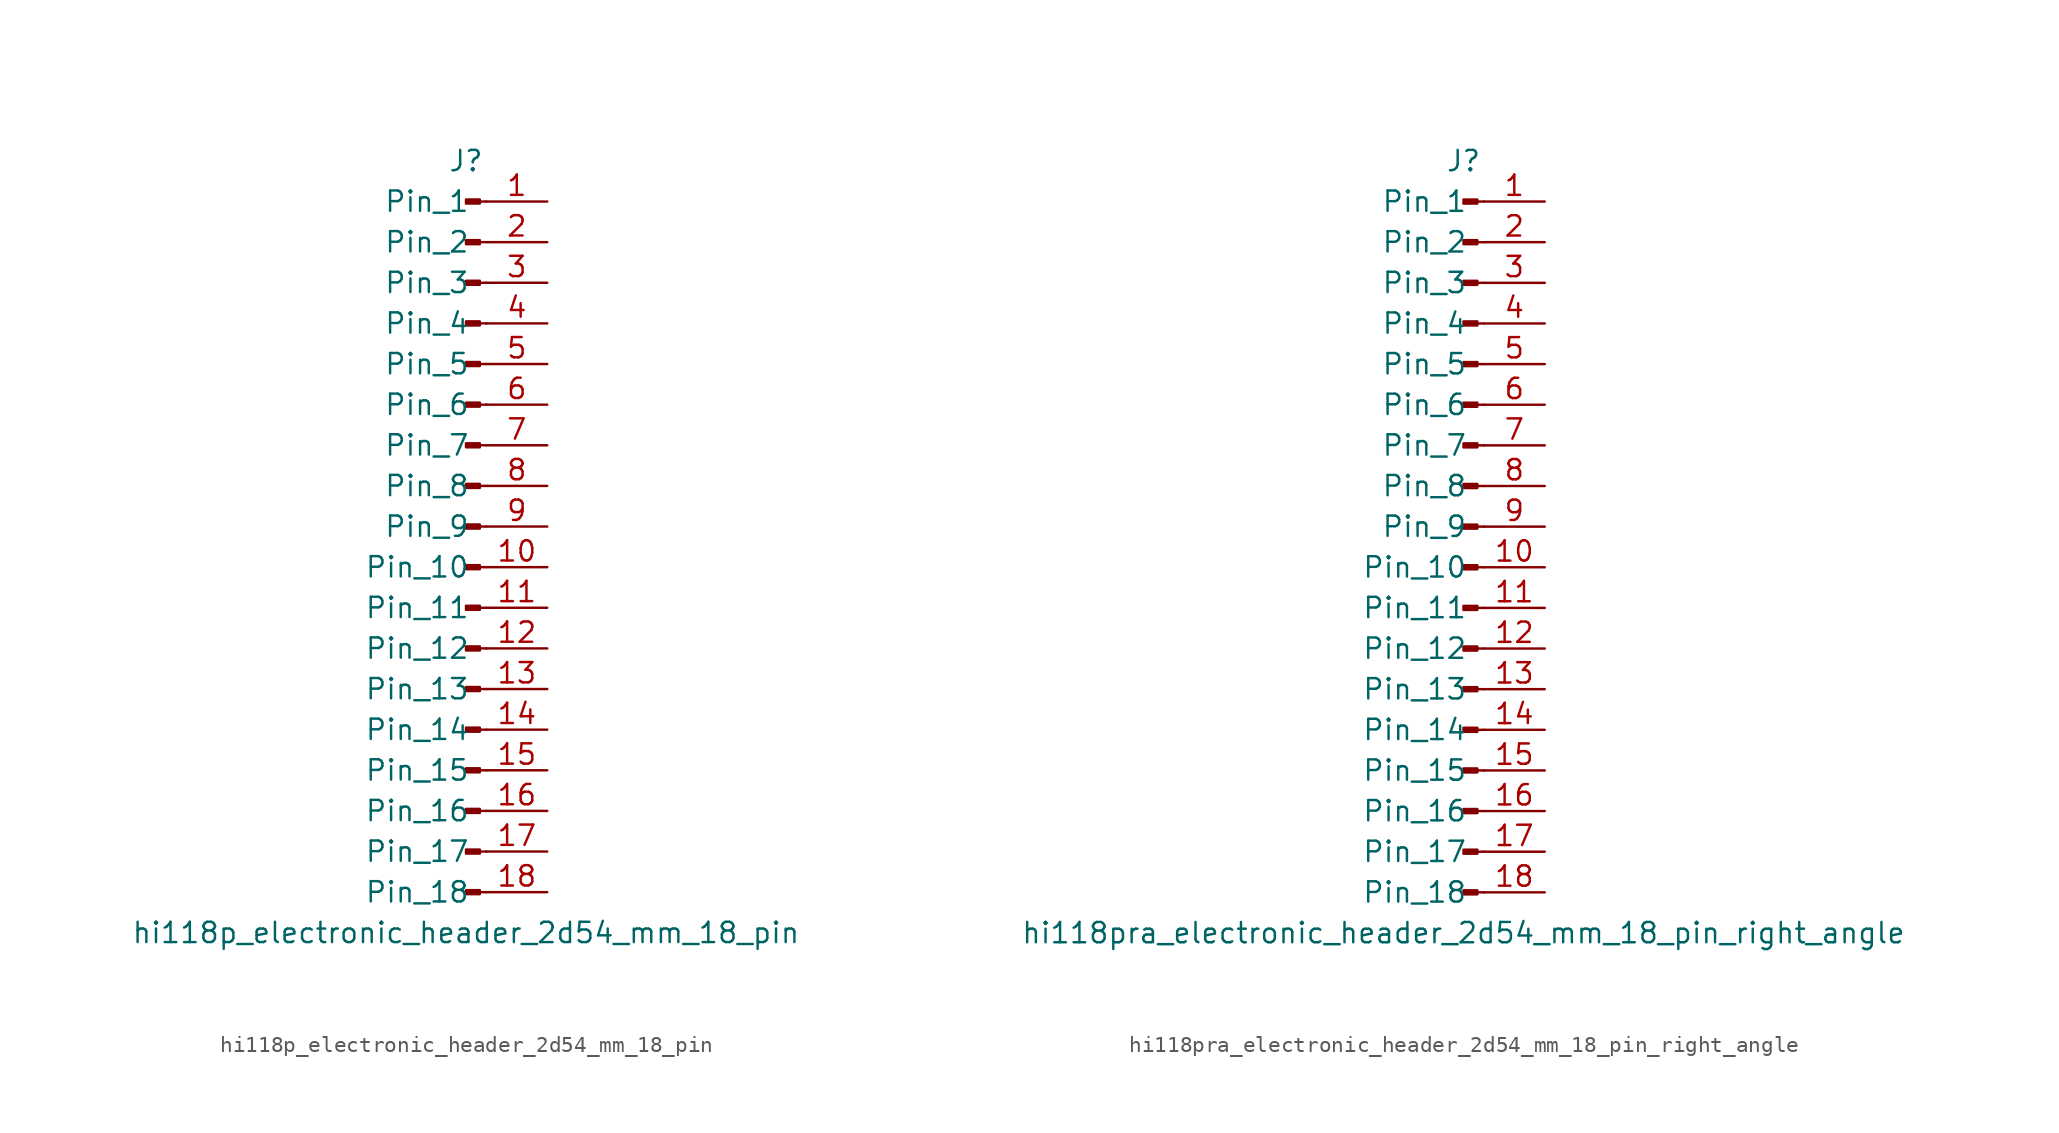
<source format=kicad_sym>
(kicad_symbol_lib
  (version 20220914)
  (generator kicad_symbol_editor)
  (symbol "hi118p_electronic_header_2d54_mm_18_pin"
    (pin_names
      (offset 1.016))
    (property "Reference" "J"
      (at 0 22.86 0)
      (effects (font (size 1.27 1.27))))
    (property "Value" "hi118p_electronic_header_2d54_mm_18_pin"
      (at 0 -25.4 0)
      (effects (font (size 1.27 1.27))))
    (property "ki_locked" ""
      (at 0 0 0)
      (effects (font (size 1.27 1.27))))
    (symbol "hi118p_electronic_header_2d54_mm_18_pin_1_1"
      (polyline (pts (xy 1.27 -22.86) (xy 0.864 -22.86)) (stroke (width 0.152) (type default)) (fill (type none)))
      (polyline (pts (xy 1.27 -20.32) (xy 0.864 -20.32)) (stroke (width 0.152) (type default)) (fill (type none)))
      (polyline (pts (xy 1.27 -17.78) (xy 0.864 -17.78)) (stroke (width 0.152) (type default)) (fill (type none)))
      (polyline (pts (xy 1.27 -15.24) (xy 0.864 -15.24)) (stroke (width 0.152) (type default)) (fill (type none)))
      (polyline (pts (xy 1.27 -12.7) (xy 0.864 -12.7)) (stroke (width 0.152) (type default)) (fill (type none)))
      (polyline (pts (xy 1.27 -10.16) (xy 0.864 -10.16)) (stroke (width 0.152) (type default)) (fill (type none)))
      (polyline (pts (xy 1.27 -7.62) (xy 0.864 -7.62)) (stroke (width 0.152) (type default)) (fill (type none)))
      (polyline (pts (xy 1.27 -5.08) (xy 0.864 -5.08)) (stroke (width 0.152) (type default)) (fill (type none)))
      (polyline (pts (xy 1.27 -2.54) (xy 0.864 -2.54)) (stroke (width 0.152) (type default)) (fill (type none)))
      (polyline (pts (xy 1.27 0) (xy 0.864 0)) (stroke (width 0.152) (type default)) (fill (type none)))
      (polyline (pts (xy 1.27 2.54) (xy 0.864 2.54)) (stroke (width 0.152) (type default)) (fill (type none)))
      (polyline (pts (xy 1.27 5.08) (xy 0.864 5.08)) (stroke (width 0.152) (type default)) (fill (type none)))
      (polyline (pts (xy 1.27 7.62) (xy 0.864 7.62)) (stroke (width 0.152) (type default)) (fill (type none)))
      (polyline (pts (xy 1.27 10.16) (xy 0.864 10.16)) (stroke (width 0.152) (type default)) (fill (type none)))
      (polyline (pts (xy 1.27 12.7) (xy 0.864 12.7)) (stroke (width 0.152) (type default)) (fill (type none)))
      (polyline (pts (xy 1.27 15.24) (xy 0.864 15.24)) (stroke (width 0.152) (type default)) (fill (type none)))
      (polyline (pts (xy 1.27 17.78) (xy 0.864 17.78)) (stroke (width 0.152) (type default)) (fill (type none)))
      (polyline (pts (xy 1.27 20.32) (xy 0.864 20.32)) (stroke (width 0.152) (type default)) (fill (type none)))
      (rectangle (start 0.864 -22.733) (end 0 -22.987) (stroke (width 0.152) (type default)) (fill (type outline)))
      (rectangle (start 0.864 -20.193) (end 0 -20.447) (stroke (width 0.152) (type default)) (fill (type outline)))
      (rectangle (start 0.864 -17.653) (end 0 -17.907) (stroke (width 0.152) (type default)) (fill (type outline)))
      (rectangle (start 0.864 -15.113) (end 0 -15.367) (stroke (width 0.152) (type default)) (fill (type outline)))
      (rectangle (start 0.864 -12.573) (end 0 -12.827) (stroke (width 0.152) (type default)) (fill (type outline)))
      (rectangle (start 0.864 -10.033) (end 0 -10.287) (stroke (width 0.152) (type default)) (fill (type outline)))
      (rectangle (start 0.864 -7.493) (end 0 -7.747) (stroke (width 0.152) (type default)) (fill (type outline)))
      (rectangle (start 0.864 -4.953) (end 0 -5.207) (stroke (width 0.152) (type default)) (fill (type outline)))
      (rectangle (start 0.864 -2.413) (end 0 -2.667) (stroke (width 0.152) (type default)) (fill (type outline)))
      (rectangle (start 0.864 0.127) (end 0 -0.127) (stroke (width 0.152) (type default)) (fill (type outline)))
      (rectangle (start 0.864 2.667) (end 0 2.413) (stroke (width 0.152) (type default)) (fill (type outline)))
      (rectangle (start 0.864 5.207) (end 0 4.953) (stroke (width 0.152) (type default)) (fill (type outline)))
      (rectangle (start 0.864 7.747) (end 0 7.493) (stroke (width 0.152) (type default)) (fill (type outline)))
      (rectangle (start 0.864 10.287) (end 0 10.033) (stroke (width 0.152) (type default)) (fill (type outline)))
      (rectangle (start 0.864 12.827) (end 0 12.573) (stroke (width 0.152) (type default)) (fill (type outline)))
      (rectangle (start 0.864 15.367) (end 0 15.113) (stroke (width 0.152) (type default)) (fill (type outline)))
      (rectangle (start 0.864 17.907) (end 0 17.653) (stroke (width 0.152) (type default)) (fill (type outline)))
      (rectangle (start 0.864 20.447) (end 0 20.193) (stroke (width 0.152) (type default)) (fill (type outline)))
      (pin passive line (at 5.08 20.32 180) (length 3.81) (name "Pin_1" (effects (font (size 1.27 1.27)))) (number "1" (effects (font (size 1.27 1.27)))))
      (pin passive line (at 5.08 -2.54 180) (length 3.81) (name "Pin_10" (effects (font (size 1.27 1.27)))) (number "10" (effects (font (size 1.27 1.27)))))
      (pin passive line (at 5.08 -5.08 180) (length 3.81) (name "Pin_11" (effects (font (size 1.27 1.27)))) (number "11" (effects (font (size 1.27 1.27)))))
      (pin passive line (at 5.08 -7.62 180) (length 3.81) (name "Pin_12" (effects (font (size 1.27 1.27)))) (number "12" (effects (font (size 1.27 1.27)))))
      (pin passive line (at 5.08 -10.16 180) (length 3.81) (name "Pin_13" (effects (font (size 1.27 1.27)))) (number "13" (effects (font (size 1.27 1.27)))))
      (pin passive line (at 5.08 -12.7 180) (length 3.81) (name "Pin_14" (effects (font (size 1.27 1.27)))) (number "14" (effects (font (size 1.27 1.27)))))
      (pin passive line (at 5.08 -15.24 180) (length 3.81) (name "Pin_15" (effects (font (size 1.27 1.27)))) (number "15" (effects (font (size 1.27 1.27)))))
      (pin passive line (at 5.08 -17.78 180) (length 3.81) (name "Pin_16" (effects (font (size 1.27 1.27)))) (number "16" (effects (font (size 1.27 1.27)))))
      (pin passive line (at 5.08 -20.32 180) (length 3.81) (name "Pin_17" (effects (font (size 1.27 1.27)))) (number "17" (effects (font (size 1.27 1.27)))))
      (pin passive line (at 5.08 -22.86 180) (length 3.81) (name "Pin_18" (effects (font (size 1.27 1.27)))) (number "18" (effects (font (size 1.27 1.27)))))
      (pin passive line (at 5.08 17.78 180) (length 3.81) (name "Pin_2" (effects (font (size 1.27 1.27)))) (number "2" (effects (font (size 1.27 1.27)))))
      (pin passive line (at 5.08 15.24 180) (length 3.81) (name "Pin_3" (effects (font (size 1.27 1.27)))) (number "3" (effects (font (size 1.27 1.27)))))
      (pin passive line (at 5.08 12.7 180) (length 3.81) (name "Pin_4" (effects (font (size 1.27 1.27)))) (number "4" (effects (font (size 1.27 1.27)))))
      (pin passive line (at 5.08 10.16 180) (length 3.81) (name "Pin_5" (effects (font (size 1.27 1.27)))) (number "5" (effects (font (size 1.27 1.27)))))
      (pin passive line (at 5.08 7.62 180) (length 3.81) (name "Pin_6" (effects (font (size 1.27 1.27)))) (number "6" (effects (font (size 1.27 1.27)))))
      (pin passive line (at 5.08 5.08 180) (length 3.81) (name "Pin_7" (effects (font (size 1.27 1.27)))) (number "7" (effects (font (size 1.27 1.27)))))
      (pin passive line (at 5.08 2.54 180) (length 3.81) (name "Pin_8" (effects (font (size 1.27 1.27)))) (number "8" (effects (font (size 1.27 1.27)))))
      (pin passive line (at 5.08 0 180) (length 3.81) (name "Pin_9" (effects (font (size 1.27 1.27)))) (number "9" (effects (font (size 1.27 1.27)))))))
  (symbol "hi118pra_electronic_header_2d54_mm_18_pin_right_angle"
    (pin_names
      (offset 1.016))
    (property "Reference" "J"
      (at 0 22.86 0)
      (effects (font (size 1.27 1.27))))
    (property "Value" "hi118pra_electronic_header_2d54_mm_18_pin_right_angle"
      (at 0 -25.4 0)
      (effects (font (size 1.27 1.27))))
    (property "ki_locked" ""
      (at 0 0 0)
      (effects (font (size 1.27 1.27))))
    (symbol "hi118pra_electronic_header_2d54_mm_18_pin_right_angle_1_1"
      (polyline (pts (xy 1.27 -22.86) (xy 0.864 -22.86)) (stroke (width 0.152) (type default)) (fill (type none)))
      (polyline (pts (xy 1.27 -20.32) (xy 0.864 -20.32)) (stroke (width 0.152) (type default)) (fill (type none)))
      (polyline (pts (xy 1.27 -17.78) (xy 0.864 -17.78)) (stroke (width 0.152) (type default)) (fill (type none)))
      (polyline (pts (xy 1.27 -15.24) (xy 0.864 -15.24)) (stroke (width 0.152) (type default)) (fill (type none)))
      (polyline (pts (xy 1.27 -12.7) (xy 0.864 -12.7)) (stroke (width 0.152) (type default)) (fill (type none)))
      (polyline (pts (xy 1.27 -10.16) (xy 0.864 -10.16)) (stroke (width 0.152) (type default)) (fill (type none)))
      (polyline (pts (xy 1.27 -7.62) (xy 0.864 -7.62)) (stroke (width 0.152) (type default)) (fill (type none)))
      (polyline (pts (xy 1.27 -5.08) (xy 0.864 -5.08)) (stroke (width 0.152) (type default)) (fill (type none)))
      (polyline (pts (xy 1.27 -2.54) (xy 0.864 -2.54)) (stroke (width 0.152) (type default)) (fill (type none)))
      (polyline (pts (xy 1.27 0) (xy 0.864 0)) (stroke (width 0.152) (type default)) (fill (type none)))
      (polyline (pts (xy 1.27 2.54) (xy 0.864 2.54)) (stroke (width 0.152) (type default)) (fill (type none)))
      (polyline (pts (xy 1.27 5.08) (xy 0.864 5.08)) (stroke (width 0.152) (type default)) (fill (type none)))
      (polyline (pts (xy 1.27 7.62) (xy 0.864 7.62)) (stroke (width 0.152) (type default)) (fill (type none)))
      (polyline (pts (xy 1.27 10.16) (xy 0.864 10.16)) (stroke (width 0.152) (type default)) (fill (type none)))
      (polyline (pts (xy 1.27 12.7) (xy 0.864 12.7)) (stroke (width 0.152) (type default)) (fill (type none)))
      (polyline (pts (xy 1.27 15.24) (xy 0.864 15.24)) (stroke (width 0.152) (type default)) (fill (type none)))
      (polyline (pts (xy 1.27 17.78) (xy 0.864 17.78)) (stroke (width 0.152) (type default)) (fill (type none)))
      (polyline (pts (xy 1.27 20.32) (xy 0.864 20.32)) (stroke (width 0.152) (type default)) (fill (type none)))
      (rectangle (start 0.864 -22.733) (end 0 -22.987) (stroke (width 0.152) (type default)) (fill (type outline)))
      (rectangle (start 0.864 -20.193) (end 0 -20.447) (stroke (width 0.152) (type default)) (fill (type outline)))
      (rectangle (start 0.864 -17.653) (end 0 -17.907) (stroke (width 0.152) (type default)) (fill (type outline)))
      (rectangle (start 0.864 -15.113) (end 0 -15.367) (stroke (width 0.152) (type default)) (fill (type outline)))
      (rectangle (start 0.864 -12.573) (end 0 -12.827) (stroke (width 0.152) (type default)) (fill (type outline)))
      (rectangle (start 0.864 -10.033) (end 0 -10.287) (stroke (width 0.152) (type default)) (fill (type outline)))
      (rectangle (start 0.864 -7.493) (end 0 -7.747) (stroke (width 0.152) (type default)) (fill (type outline)))
      (rectangle (start 0.864 -4.953) (end 0 -5.207) (stroke (width 0.152) (type default)) (fill (type outline)))
      (rectangle (start 0.864 -2.413) (end 0 -2.667) (stroke (width 0.152) (type default)) (fill (type outline)))
      (rectangle (start 0.864 0.127) (end 0 -0.127) (stroke (width 0.152) (type default)) (fill (type outline)))
      (rectangle (start 0.864 2.667) (end 0 2.413) (stroke (width 0.152) (type default)) (fill (type outline)))
      (rectangle (start 0.864 5.207) (end 0 4.953) (stroke (width 0.152) (type default)) (fill (type outline)))
      (rectangle (start 0.864 7.747) (end 0 7.493) (stroke (width 0.152) (type default)) (fill (type outline)))
      (rectangle (start 0.864 10.287) (end 0 10.033) (stroke (width 0.152) (type default)) (fill (type outline)))
      (rectangle (start 0.864 12.827) (end 0 12.573) (stroke (width 0.152) (type default)) (fill (type outline)))
      (rectangle (start 0.864 15.367) (end 0 15.113) (stroke (width 0.152) (type default)) (fill (type outline)))
      (rectangle (start 0.864 17.907) (end 0 17.653) (stroke (width 0.152) (type default)) (fill (type outline)))
      (rectangle (start 0.864 20.447) (end 0 20.193) (stroke (width 0.152) (type default)) (fill (type outline)))
      (pin passive line (at 5.08 20.32 180) (length 3.81) (name "Pin_1" (effects (font (size 1.27 1.27)))) (number "1" (effects (font (size 1.27 1.27)))))
      (pin passive line (at 5.08 -2.54 180) (length 3.81) (name "Pin_10" (effects (font (size 1.27 1.27)))) (number "10" (effects (font (size 1.27 1.27)))))
      (pin passive line (at 5.08 -5.08 180) (length 3.81) (name "Pin_11" (effects (font (size 1.27 1.27)))) (number "11" (effects (font (size 1.27 1.27)))))
      (pin passive line (at 5.08 -7.62 180) (length 3.81) (name "Pin_12" (effects (font (size 1.27 1.27)))) (number "12" (effects (font (size 1.27 1.27)))))
      (pin passive line (at 5.08 -10.16 180) (length 3.81) (name "Pin_13" (effects (font (size 1.27 1.27)))) (number "13" (effects (font (size 1.27 1.27)))))
      (pin passive line (at 5.08 -12.7 180) (length 3.81) (name "Pin_14" (effects (font (size 1.27 1.27)))) (number "14" (effects (font (size 1.27 1.27)))))
      (pin passive line (at 5.08 -15.24 180) (length 3.81) (name "Pin_15" (effects (font (size 1.27 1.27)))) (number "15" (effects (font (size 1.27 1.27)))))
      (pin passive line (at 5.08 -17.78 180) (length 3.81) (name "Pin_16" (effects (font (size 1.27 1.27)))) (number "16" (effects (font (size 1.27 1.27)))))
      (pin passive line (at 5.08 -20.32 180) (length 3.81) (name "Pin_17" (effects (font (size 1.27 1.27)))) (number "17" (effects (font (size 1.27 1.27)))))
      (pin passive line (at 5.08 -22.86 180) (length 3.81) (name "Pin_18" (effects (font (size 1.27 1.27)))) (number "18" (effects (font (size 1.27 1.27)))))
      (pin passive line (at 5.08 17.78 180) (length 3.81) (name "Pin_2" (effects (font (size 1.27 1.27)))) (number "2" (effects (font (size 1.27 1.27)))))
      (pin passive line (at 5.08 15.24 180) (length 3.81) (name "Pin_3" (effects (font (size 1.27 1.27)))) (number "3" (effects (font (size 1.27 1.27)))))
      (pin passive line (at 5.08 12.7 180) (length 3.81) (name "Pin_4" (effects (font (size 1.27 1.27)))) (number "4" (effects (font (size 1.27 1.27)))))
      (pin passive line (at 5.08 10.16 180) (length 3.81) (name "Pin_5" (effects (font (size 1.27 1.27)))) (number "5" (effects (font (size 1.27 1.27)))))
      (pin passive line (at 5.08 7.62 180) (length 3.81) (name "Pin_6" (effects (font (size 1.27 1.27)))) (number "6" (effects (font (size 1.27 1.27)))))
      (pin passive line (at 5.08 5.08 180) (length 3.81) (name "Pin_7" (effects (font (size 1.27 1.27)))) (number "7" (effects (font (size 1.27 1.27)))))
      (pin passive line (at 5.08 2.54 180) (length 3.81) (name "Pin_8" (effects (font (size 1.27 1.27)))) (number "8" (effects (font (size 1.27 1.27)))))
      (pin passive line (at 5.08 0 180) (length 3.81) (name "Pin_9" (effects (font (size 1.27 1.27)))) (number "9" (effects (font (size 1.27 1.27))))))))
</source>
